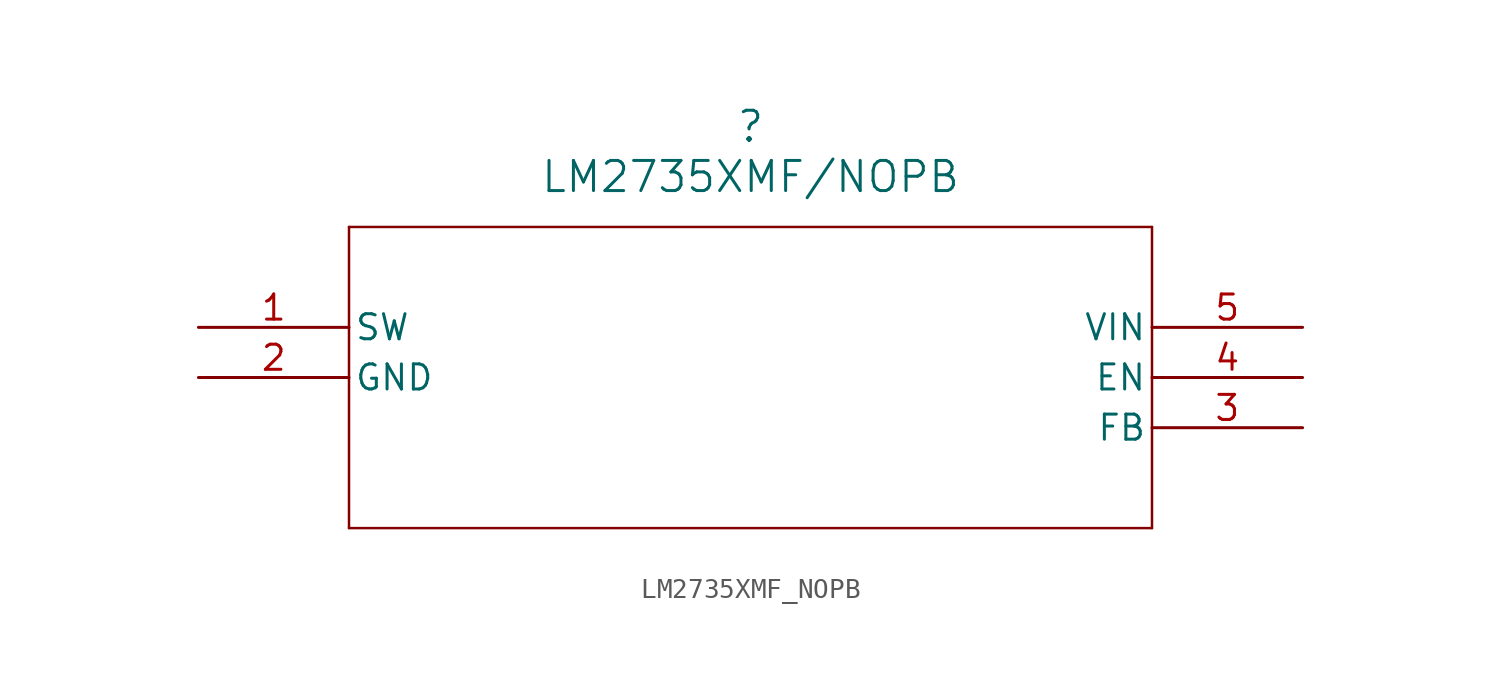
<source format=kicad_sym>
(kicad_symbol_lib
  (version 20211014)
  (generator kicad_symbol_editor)
  (symbol "LM2735XMF_NOPB"
    (pin_names
      (offset 0.254))
    (property "Reference" ""
      (at 27.94 10.16 0)
      (effects (font (size 1.524 1.524))))
    (property "Value" "LM2735XMF/NOPB"
      (at 27.94 7.62 0)
      (effects (font (size 1.524 1.524))))
    (symbol "LM2735XMF_NOPB_0_1"
      (polyline (pts (xy 7.62 5.08) (xy 7.62 -10.16)) (stroke (width 0.127) (type default) (color 0 0 0 0)) (fill (type none)))
      (polyline (pts (xy 7.62 -10.16) (xy 48.26 -10.16)) (stroke (width 0.127) (type default) (color 0 0 0 0)) (fill (type none)))
      (polyline (pts (xy 48.26 -10.16) (xy 48.26 5.08)) (stroke (width 0.127) (type default) (color 0 0 0 0)) (fill (type none)))
      (polyline (pts (xy 48.26 5.08) (xy 7.62 5.08)) (stroke (width 0.127) (type default) (color 0 0 0 0)) (fill (type none)))
      (pin power_in line (at 0 0 0) (length 7.62) (name "SW" (effects (font (size 1.27 1.27)))) (number "1" (effects (font (size 1.27 1.27)))))
      (pin power_in line (at 0 -2.54 0) (length 7.62) (name "GND" (effects (font (size 1.27 1.27)))) (number "2" (effects (font (size 1.27 1.27)))))
      (pin input line (at 55.88 -5.08 180) (length 7.62) (name "FB" (effects (font (size 1.27 1.27)))) (number "3" (effects (font (size 1.27 1.27)))))
      (pin input line (at 55.88 -2.54 180) (length 7.62) (name "EN" (effects (font (size 1.27 1.27)))) (number "4" (effects (font (size 1.27 1.27)))))
      (pin power_in line (at 55.88 0 180) (length 7.62) (name "VIN" (effects (font (size 1.27 1.27)))) (number "5" (effects (font (size 1.27 1.27))))))))
</source>
